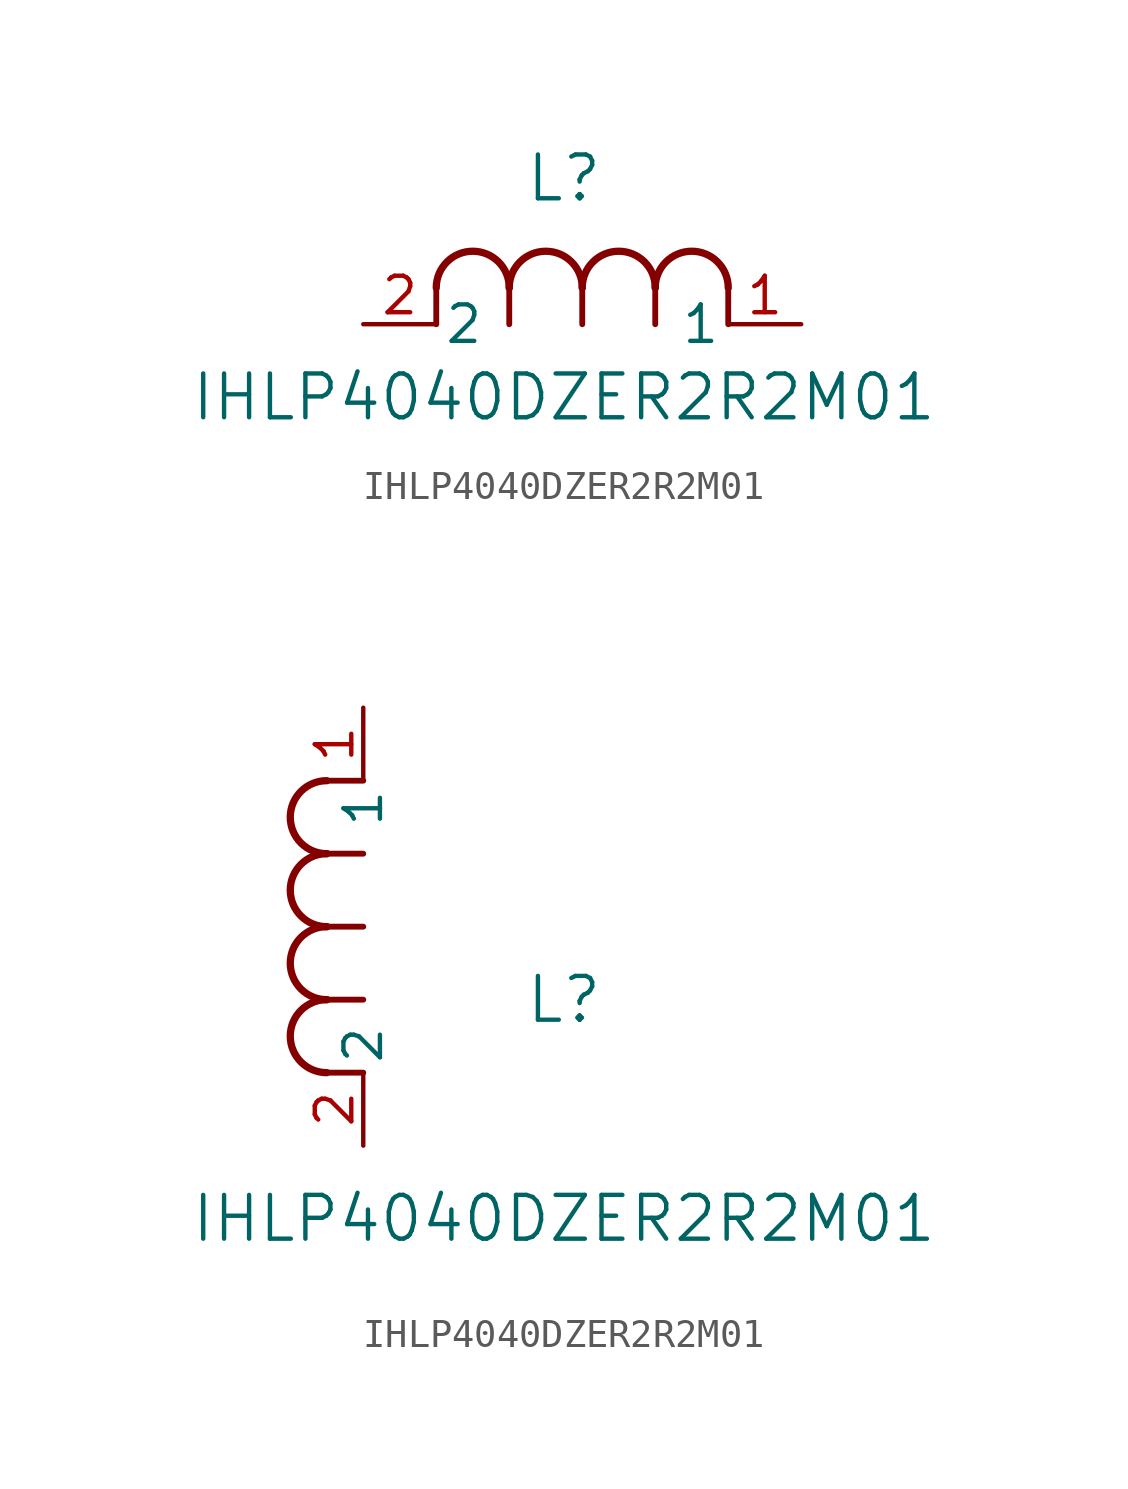
<source format=kicad_sym>
(kicad_symbol_lib
  (version 20211014)
  (generator kicad_symbol_editor)
  (symbol "IHLP4040DZER2R2M01"
    (pin_names
      (offset 0.254))
    (property "Reference" "L"
      (at 6.985 5.08 0)
      (effects (font (size 1.524 1.524))))
    (property "Value" "IHLP4040DZER2R2M01"
      (at 6.985 -2.54 0)
      (effects (font (size 1.524 1.524))))
    (symbol "IHLP4040DZER2R2M01_1_1"
      (arc (start 7.62 1.27) (mid 6.35 2.54) (end 5.08 1.27) (stroke (width 0.254) (type default) (color 0 0 0 0)) (fill (type none)))
      (polyline (pts (xy 5.08 0) (xy 5.08 1.27)) (stroke (width 0.203) (type default) (color 0 0 0 0)) (fill (type none)))
      (polyline (pts (xy 7.62 0) (xy 7.62 1.27)) (stroke (width 0.203) (type default) (color 0 0 0 0)) (fill (type none)))
      (polyline (pts (xy 12.7 0) (xy 12.7 1.27)) (stroke (width 0.203) (type default) (color 0 0 0 0)) (fill (type none)))
      (arc (start 5.08 1.27) (mid 3.81 2.54) (end 2.54 1.27) (stroke (width 0.254) (type default) (color 0 0 0 0)) (fill (type none)))
      (arc (start 10.16 1.27) (mid 8.89 2.54) (end 7.62 1.27) (stroke (width 0.254) (type default) (color 0 0 0 0)) (fill (type none)))
      (arc (start 12.7 1.27) (mid 11.43 2.54) (end 10.16 1.27) (stroke (width 0.254) (type default) (color 0 0 0 0)) (fill (type none)))
      (polyline (pts (xy 2.54 0) (xy 2.54 1.27)) (stroke (width 0.203) (type default) (color 0 0 0 0)) (fill (type none)))
      (polyline (pts (xy 10.16 0) (xy 10.16 1.27)) (stroke (width 0.203) (type default) (color 0 0 0 0)) (fill (type none)))
      (pin unspecified line (at 0 0 0) (length 2.54) (name "2" (effects (font (size 1.27 1.27)))) (number "2" (effects (font (size 1.27 1.27)))))
      (pin unspecified line (at 15.24 0 180) (length 2.54) (name "1" (effects (font (size 1.27 1.27)))) (number "1" (effects (font (size 1.27 1.27))))))
    (symbol "IHLP4040DZER2R2M01_1_2"
      (arc (start -1.27 7.62) (mid -2.54 6.35) (end -1.27 5.08) (stroke (width 0.254) (type default) (color 0 0 0 0)) (fill (type none)))
      (arc (start -1.27 5.08) (mid -2.54 3.81) (end -1.27 2.54) (stroke (width 0.254) (type default) (color 0 0 0 0)) (fill (type none)))
      (arc (start -1.27 12.7) (mid -2.54 11.43) (end -1.27 10.16) (stroke (width 0.254) (type default) (color 0 0 0 0)) (fill (type none)))
      (arc (start -1.27 10.16) (mid -2.54 8.89) (end -1.27 7.62) (stroke (width 0.254) (type default) (color 0 0 0 0)) (fill (type none)))
      (polyline (pts (xy 0 7.62) (xy -1.27 7.62)) (stroke (width 0.203) (type default) (color 0 0 0 0)) (fill (type none)))
      (polyline (pts (xy 0 5.08) (xy -1.27 5.08)) (stroke (width 0.203) (type default) (color 0 0 0 0)) (fill (type none)))
      (polyline (pts (xy 0 12.7) (xy -1.27 12.7)) (stroke (width 0.203) (type default) (color 0 0 0 0)) (fill (type none)))
      (polyline (pts (xy 0 2.54) (xy -1.27 2.54)) (stroke (width 0.203) (type default) (color 0 0 0 0)) (fill (type none)))
      (polyline (pts (xy 0 10.16) (xy -1.27 10.16)) (stroke (width 0.203) (type default) (color 0 0 0 0)) (fill (type none)))
      (pin unspecified line (at 0 0 90) (length 2.54) (name "2" (effects (font (size 1.27 1.27)))) (number "2" (effects (font (size 1.27 1.27)))))
      (pin unspecified line (at 0 15.24 270) (length 2.54) (name "1" (effects (font (size 1.27 1.27)))) (number "1" (effects (font (size 1.27 1.27))))))))
</source>
